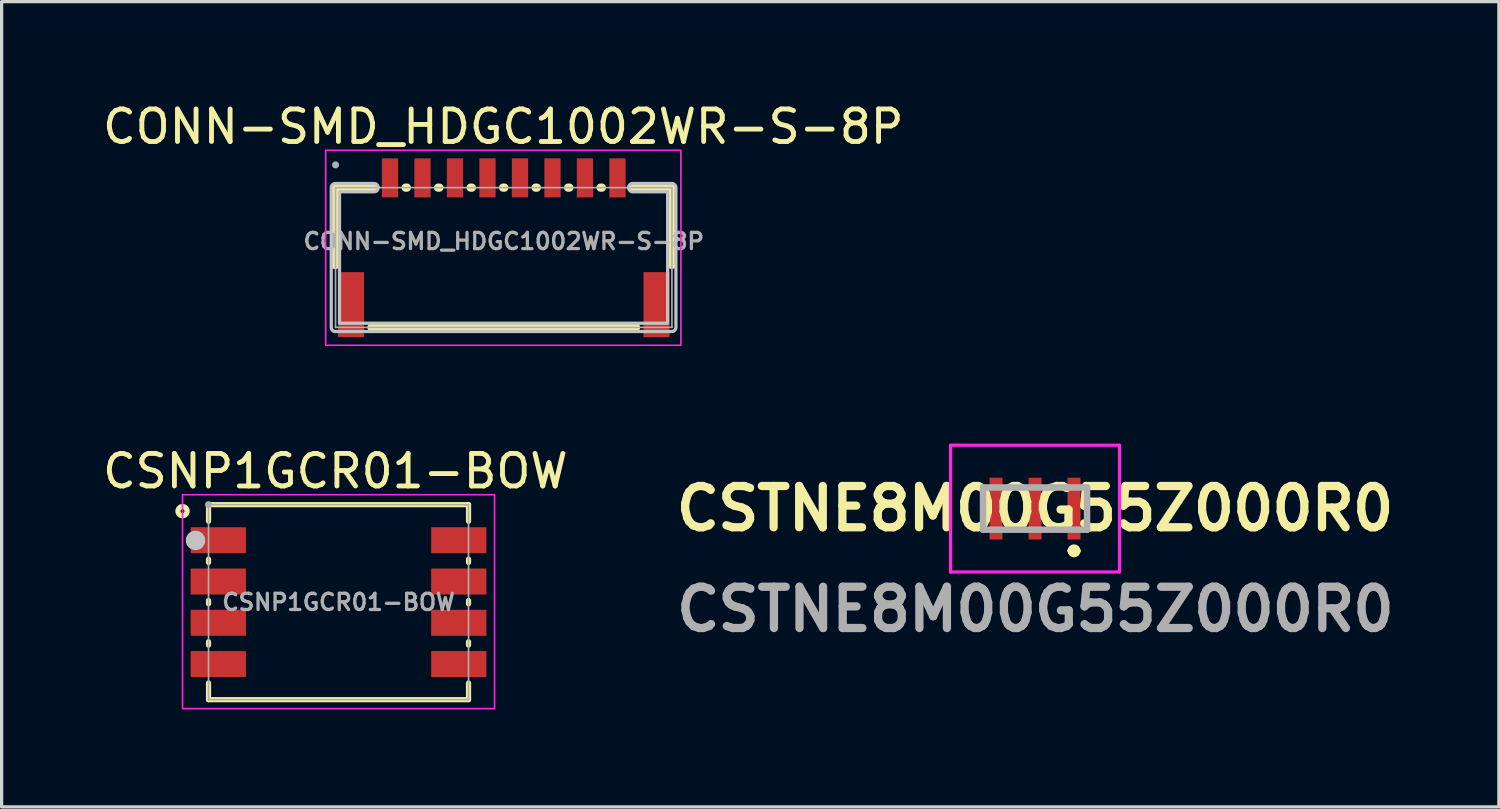
<source format=kicad_pcb>
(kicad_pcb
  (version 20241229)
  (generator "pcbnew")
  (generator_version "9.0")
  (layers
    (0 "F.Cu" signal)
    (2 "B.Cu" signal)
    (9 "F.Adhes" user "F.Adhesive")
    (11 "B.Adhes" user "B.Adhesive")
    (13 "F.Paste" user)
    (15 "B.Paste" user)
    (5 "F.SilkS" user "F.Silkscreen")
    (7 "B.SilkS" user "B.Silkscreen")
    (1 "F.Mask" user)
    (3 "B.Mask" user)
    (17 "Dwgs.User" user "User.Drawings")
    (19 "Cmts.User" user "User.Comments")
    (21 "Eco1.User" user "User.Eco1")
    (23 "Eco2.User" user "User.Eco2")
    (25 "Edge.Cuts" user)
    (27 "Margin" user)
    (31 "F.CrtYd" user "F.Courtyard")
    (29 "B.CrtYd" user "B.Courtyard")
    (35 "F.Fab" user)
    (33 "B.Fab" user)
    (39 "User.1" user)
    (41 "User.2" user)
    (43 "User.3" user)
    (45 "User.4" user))
  (footprint "CSNP1GCR01-BOW"
    (layer "F.Cu")
    (at 7.366 15.477)
    (property "Reference" "CSNP1GCR01-BOW" (at -0.098 -4.03 0) (layer "F.SilkS") (effects (font (size 1 1) (thickness 0.15))))
    (fp_line (start -4 -3) (end -4 -2.49) (stroke (width 0.16) (type default)) (layer "F.SilkS"))
    (fp_line (start -4 -3) (end 4 -3) (stroke (width 0.16) (type default)) (layer "F.SilkS"))
    (fp_line (start -4 -1.321) (end -4 -1.22) (stroke (width 0.16) (type default)) (layer "F.SilkS"))
    (fp_line (start -4 -0.051) (end -4 0.051) (stroke (width 0.16) (type default)) (layer "F.SilkS"))
    (fp_line (start -4 1.219) (end -4 1.321) (stroke (width 0.16) (type default)) (layer "F.SilkS"))
    (fp_line (start -4 2.489) (end -4 3) (stroke (width 0.16) (type default)) (layer "F.SilkS"))
    (fp_line (start -4 3) (end 4 3) (stroke (width 0.16) (type default)) (layer "F.SilkS"))
    (fp_line (start 4 -3) (end 4 -2.49) (stroke (width 0.16) (type default)) (layer "F.SilkS"))
    (fp_line (start 4 -1.321) (end 4 -1.22) (stroke (width 0.16) (type default)) (layer "F.SilkS"))
    (fp_line (start 4 -0.051) (end 4 0.051) (stroke (width 0.16) (type default)) (layer "F.SilkS"))
    (fp_line (start 4 1.219) (end 4 1.321) (stroke (width 0.16) (type default)) (layer "F.SilkS"))
    (fp_line (start 4 2.489) (end 4 3) (stroke (width 0.16) (type default)) (layer "F.SilkS"))
    (fp_circle (center -4.8 -2.8) (end -4.659 -2.8) (stroke (width 0.16) (type default)) (fill no) (layer "F.SilkS"))
    (fp_circle (center -4.4 -1.9) (end -4.25 -1.9) (stroke (width 0.3) (type default)) (fill no) (layer "Dwgs.User"))
    (fp_rect (start -4.8 -3.305) (end 4.8 3.276) (stroke (width 0.05) (type default)) (fill no) (layer "F.CrtYd"))
    (fp_line (start -4 -3) (end 4 -3) (stroke (width 0.051) (type default)) (layer "F.Fab"))
    (fp_line (start -4 3) (end -4 -3) (stroke (width 0.051) (type default)) (layer "F.Fab"))
    (fp_line (start 4 -3) (end 4 3) (stroke (width 0.051) (type default)) (layer "F.Fab"))
    (fp_line (start 4 3) (end -4 3) (stroke (width 0.051) (type default)) (layer "F.Fab"))
    (fp_poly (pts (xy -3.945 -3.023) (xy -3.977 -3.055) (xy -4.023 -3.055) (xy -4.055 -3.023) (xy -4.055 -2.977) (xy -4.023 -2.945) (xy -3.977 -2.945) (xy -3.945 -2.977)) (stroke (width 0.1) (type default)) (fill no) (layer "F.Fab"))
    (fp_poly (pts (xy -4 -2.28) (xy -3.25 -2.28) (xy -3.25 -1.53) (xy -4 -1.53)) (stroke (width 0.1) (type default)) (fill no) (layer "User.1"))
    (fp_poly (pts (xy -4 -1.01) (xy -3.25 -1.01) (xy -3.25 -0.26) (xy -4 -0.26)) (stroke (width 0.1) (type default)) (fill no) (layer "User.1"))
    (fp_poly (pts (xy -4 0.26) (xy -3.25 0.26) (xy -3.25 1.01) (xy -4 1.01)) (stroke (width 0.1) (type default)) (fill no) (layer "User.1"))
    (fp_poly (pts (xy -4 1.53) (xy -3.25 1.53) (xy -3.25 2.28) (xy -4 2.28)) (stroke (width 0.1) (type default)) (fill no) (layer "User.1"))
    (fp_poly (pts (xy 3.25 -2.28) (xy 4 -2.28) (xy 4 -1.53) (xy 3.25 -1.53)) (stroke (width 0.1) (type default)) (fill no) (layer "User.1"))
    (fp_poly (pts (xy 3.25 -1.01) (xy 4 -1.01) (xy 4 -0.26) (xy 3.25 -0.26)) (stroke (width 0.1) (type default)) (fill no) (layer "User.1"))
    (fp_poly (pts (xy 3.25 0.26) (xy 4 0.26) (xy 4 1.01) (xy 3.25 1.01)) (stroke (width 0.1) (type default)) (fill no) (layer "User.1"))
    (fp_poly (pts (xy 3.25 1.53) (xy 4 1.53) (xy 4 2.28) (xy 3.25 2.28)) (stroke (width 0.1) (type default)) (fill no) (layer "User.1"))
    (fp_text user "${REFERENCE}" (at 0 0 0) (layer "F.Fab") (effects (font (size 0.5 0.5) (thickness 0.1))))
    (pad "1" smd rect (at -3.7 -1.905) (size 1.7 0.8) (layers "F.Cu" "F.Mask" "F.Paste"))
    (pad "2" smd rect (at -3.7 -0.635) (size 1.7 0.8) (layers "F.Cu" "F.Mask" "F.Paste"))
    (pad "3" smd rect (at -3.7 0.635) (size 1.7 0.8) (layers "F.Cu" "F.Mask" "F.Paste"))
    (pad "4" smd rect (at -3.7 1.905) (size 1.7 0.8) (layers "F.Cu" "F.Mask" "F.Paste"))
    (pad "5" smd rect (at 3.7 1.905) (size 1.7 0.8) (layers "F.Cu" "F.Mask" "F.Paste"))
    (pad "6" smd rect (at 3.7 0.635) (size 1.7 0.8) (layers "F.Cu" "F.Mask" "F.Paste"))
    (pad "7" smd rect (at 3.7 -0.635) (size 1.7 0.8) (layers "F.Cu" "F.Mask" "F.Paste"))
    (pad "8" smd rect (at 3.7 -1.905) (size 1.7 0.8) (layers "F.Cu" "F.Mask" "F.Paste")))
  (footprint "CONN-SMD_HDGC1002WR-S-8P"
    (layer "F.Cu")
    (at 12.449 4.373)
    (property "Reference" "CONN-SMD_HDGC1002WR-S-8P" (at -0.015 -3.525 0) (layer "F.SilkS") (effects (font (size 1 1) (thickness 0.15))))
    (fp_line (start -5.18 -1.65) (end -5.18 0.734) (stroke (width 0.254) (type default)) (layer "F.SilkS"))
    (fp_line (start -4.069 2.65) (end 4.069 2.65) (stroke (width 0.254) (type default)) (layer "F.SilkS"))
    (fp_line (start -3.981 -1.65) (end -5.18 -1.65) (stroke (width 0.254) (type default)) (layer "F.SilkS"))
    (fp_line (start -2.981 -1.65) (end -3.019 -1.65) (stroke (width 0.254) (type default)) (layer "F.SilkS"))
    (fp_line (start -1.981 -1.65) (end -2.019 -1.65) (stroke (width 0.254) (type default)) (layer "F.SilkS"))
    (fp_line (start -0.981 -1.65) (end -1.019 -1.65) (stroke (width 0.254) (type default)) (layer "F.SilkS"))
    (fp_line (start 0.019 -1.65) (end -0.019 -1.65) (stroke (width 0.254) (type default)) (layer "F.SilkS"))
    (fp_line (start 1.019 -1.65) (end 0.981 -1.65) (stroke (width 0.254) (type default)) (layer "F.SilkS"))
    (fp_line (start 2.019 -1.65) (end 1.981 -1.65) (stroke (width 0.254) (type default)) (layer "F.SilkS"))
    (fp_line (start 3.019 -1.65) (end 2.981 -1.65) (stroke (width 0.254) (type default)) (layer "F.SilkS"))
    (fp_line (start 5.17 -1.65) (end 3.981 -1.65) (stroke (width 0.254) (type default)) (layer "F.SilkS"))
    (fp_line (start 5.17 0.73) (end 5.17 -1.65) (stroke (width 0.254) (type default)) (layer "F.SilkS"))
    (fp_poly (pts (arc (start -3.99 -1.777) (mid -3.863 -1.65) (end -3.99 -1.523)) (xy -5.053 -1.523) (xy -5.053 2.523) (xy 5.043 2.523) (xy 5.043 -1.523) (arc (start 3.97 -1.523) (mid 3.843 -1.65) (end 3.97 -1.777)) (arc (start 5.17 -1.777) (mid 5.259803 -1.739803) (end 5.297 -1.65)) (arc (start 5.297 2.65) (mid 5.259803 2.739803) (end 5.17 2.777)) (arc (start -5.18 2.777) (mid -5.269803 2.739803) (end -5.307 2.65)) (arc (start -5.307 -1.65) (mid -5.269803 -1.739803) (end -5.18 -1.777))) (stroke (width 0.1) (type default)) (fill no) (layer "Dwgs.User"))
    (fp_rect (start -5.48 -2.8) (end 5.45 3.2) (stroke (width 0.05) (type default)) (fill no) (layer "F.CrtYd"))
    (fp_line (start -5.175 -1.65) (end 5.175 -1.65) (stroke (width 0.051) (type default)) (layer "F.Fab"))
    (fp_line (start -5.175 2.65) (end -5.175 -1.65) (stroke (width 0.051) (type default)) (layer "F.Fab"))
    (fp_line (start 5.175 -1.65) (end 5.175 2.65) (stroke (width 0.051) (type default)) (layer "F.Fab"))
    (fp_line (start 5.175 2.65) (end -5.175 2.65) (stroke (width 0.051) (type default)) (layer "F.Fab"))
    (fp_poly (pts (xy -5.12 -2.373) (xy -5.152 -2.405) (xy -5.198 -2.405) (xy -5.23 -2.373) (xy -5.23 -2.327) (xy -5.198 -2.295) (xy -5.152 -2.295) (xy -5.12 -2.327)) (stroke (width 0.1) (type default)) (fill no) (layer "F.Fab"))
    (fp_poly (pts (xy -4.8 1.35) (xy -4.6 1.35) (xy -4.6 2.55) (xy -4.8 2.55)) (stroke (width 0.1) (type default)) (fill no) (layer "User.1"))
    (fp_poly (pts (xy -3.6 -2.35) (xy -3.4 -2.35) (xy -3.4 -1.55) (xy -3.6 -1.55)) (stroke (width 0.1) (type default)) (fill no) (layer "User.1"))
    (fp_poly (pts (xy -2.6 -2.35) (xy -2.4 -2.35) (xy -2.4 -1.55) (xy -2.6 -1.55)) (stroke (width 0.1) (type default)) (fill no) (layer "User.1"))
    (fp_poly (pts (xy -1.6 -2.35) (xy -1.4 -2.35) (xy -1.4 -1.55) (xy -1.6 -1.55)) (stroke (width 0.1) (type default)) (fill no) (layer "User.1"))
    (fp_poly (pts (xy -0.6 -2.35) (xy -0.4 -2.35) (xy -0.4 -1.55) (xy -0.6 -1.55)) (stroke (width 0.1) (type default)) (fill no) (layer "User.1"))
    (fp_poly (pts (xy 0.4 -2.35) (xy 0.6 -2.35) (xy 0.6 -1.55) (xy 0.4 -1.55)) (stroke (width 0.1) (type default)) (fill no) (layer "User.1"))
    (fp_poly (pts (xy 1.4 -2.35) (xy 1.6 -2.35) (xy 1.6 -1.55) (xy 1.4 -1.55)) (stroke (width 0.1) (type default)) (fill no) (layer "User.1"))
    (fp_poly (pts (xy 2.4 -2.35) (xy 2.6 -2.35) (xy 2.6 -1.55) (xy 2.4 -1.55)) (stroke (width 0.1) (type default)) (fill no) (layer "User.1"))
    (fp_poly (pts (xy 3.4 -2.35) (xy 3.6 -2.35) (xy 3.6 -1.55) (xy 3.4 -1.55)) (stroke (width 0.1) (type default)) (fill no) (layer "User.1"))
    (fp_poly (pts (xy 4.6 1.35) (xy 4.8 1.35) (xy 4.8 2.55) (xy 4.6 2.55)) (stroke (width 0.1) (type default)) (fill no) (layer "User.1"))
    (fp_text user "${REFERENCE}" (at 0 0 0) (layer "F.Fab") (effects (font (size 0.5 0.5) (thickness 0.1))))
    (pad "1" smd rect (at -3.5 -1.95) (size 0.5 1.2) (layers "F.Cu" "F.Mask" "F.Paste"))
    (pad "2" smd rect (at -2.5 -1.95) (size 0.5 1.2) (layers "F.Cu" "F.Mask" "F.Paste"))
    (pad "3" smd rect (at -1.5 -1.95) (size 0.5 1.2) (layers "F.Cu" "F.Mask" "F.Paste"))
    (pad "4" smd rect (at -0.5 -1.95) (size 0.5 1.2) (layers "F.Cu" "F.Mask" "F.Paste"))
    (pad "5" smd rect (at 0.5 -1.95) (size 0.5 1.2) (layers "F.Cu" "F.Mask" "F.Paste"))
    (pad "6" smd rect (at 1.5 -1.95) (size 0.5 1.2) (layers "F.Cu" "F.Mask" "F.Paste"))
    (pad "7" smd rect (at 2.5 -1.95) (size 0.5 1.2) (layers "F.Cu" "F.Mask" "F.Paste"))
    (pad "8" smd rect (at 3.5 -1.95) (size 0.5 1.2) (layers "F.Cu" "F.Mask" "F.Paste"))
    (pad "9" smd rect (at 4.7 1.95) (size 0.8 2) (layers "F.Cu" "F.Mask" "F.Paste"))
    (pad "10" smd rect (at -4.7 1.95) (size 0.8 2) (layers "F.Cu" "F.Mask" "F.Paste")))
  (footprint "CSTNE8M00G55Z000R0"
    (layer "F.Cu")
    (at 28.796 12.598)
    (property "Reference" "CSTNE8M00G55Z000R0" (at 0 0 0) (layer "F.SilkS") (effects (font (size 1.27 1.27) (thickness 0.254))))
    (attr smd)
    (fp_line (start -1.6 -0.65) (end -1.6 0.65) (stroke (width 0.1) (type solid)) (layer "F.SilkS"))
    (fp_line (start 1.1 1.3) (end 1.1 1.3) (stroke (width 0.2) (type solid)) (layer "F.SilkS"))
    (fp_line (start 1.3 1.3) (end 1.3 1.3) (stroke (width 0.2) (type solid)) (layer "F.SilkS"))
    (fp_line (start 1.6 -0.65) (end 1.6 0.65) (stroke (width 0.1) (type solid)) (layer "F.SilkS"))
    (fp_arc (start 1.1 1.3) (mid 1.2 1.2) (end 1.3 1.3) (stroke (width 0.2) (type solid)) (layer "F.SilkS"))
    (fp_arc (start 1.3 1.3) (mid 1.2 1.4) (end 1.1 1.3) (stroke (width 0.2) (type solid)) (layer "F.SilkS"))
    (fp_line (start -2.6 -1.95) (end -2.6 1.95) (stroke (width 0.1) (type solid)) (layer "F.CrtYd"))
    (fp_line (start -2.6 1.95) (end 2.6 1.95) (stroke (width 0.1) (type solid)) (layer "F.CrtYd"))
    (fp_line (start 2.6 -1.95) (end -2.6 -1.95) (stroke (width 0.1) (type solid)) (layer "F.CrtYd"))
    (fp_line (start 2.6 1.95) (end 2.6 -1.95) (stroke (width 0.1) (type solid)) (layer "F.CrtYd"))
    (fp_line (start -1.6 -0.65) (end -1.6 0.65) (stroke (width 0.2) (type solid)) (layer "F.Fab"))
    (fp_line (start -1.6 0.65) (end 1.6 0.65) (stroke (width 0.2) (type solid)) (layer "F.Fab"))
    (fp_line (start 1.6 -0.65) (end -1.6 -0.65) (stroke (width 0.2) (type solid)) (layer "F.Fab"))
    (fp_line (start 1.6 0.65) (end 1.6 -0.65) (stroke (width 0.2) (type solid)) (layer "F.Fab"))
    (fp_text user "${REFERENCE}" (at 0.01 3.1 0) (layer "F.Fab") (effects (font (size 1.27 1.27) (thickness 0.254))))
    (pad "1" smd rect (at 1.2 0) (size 0.4 1.9) (layers "F.Cu" "F.Mask" "F.Paste"))
    (pad "2" smd rect (at 0 0) (size 0.4 1.9) (layers "F.Cu" "F.Mask" "F.Paste"))
    (pad "3" smd rect (at -1.2 0) (size 0.4 1.9) (layers "F.Cu" "F.Mask" "F.Paste")))
  (gr_rect
    (start -3 -3)
    (end 43.067 21.777)
    (stroke (width 0.1) (type default))
    (fill no)
    (layer "Edge.Cuts")))
</source>
